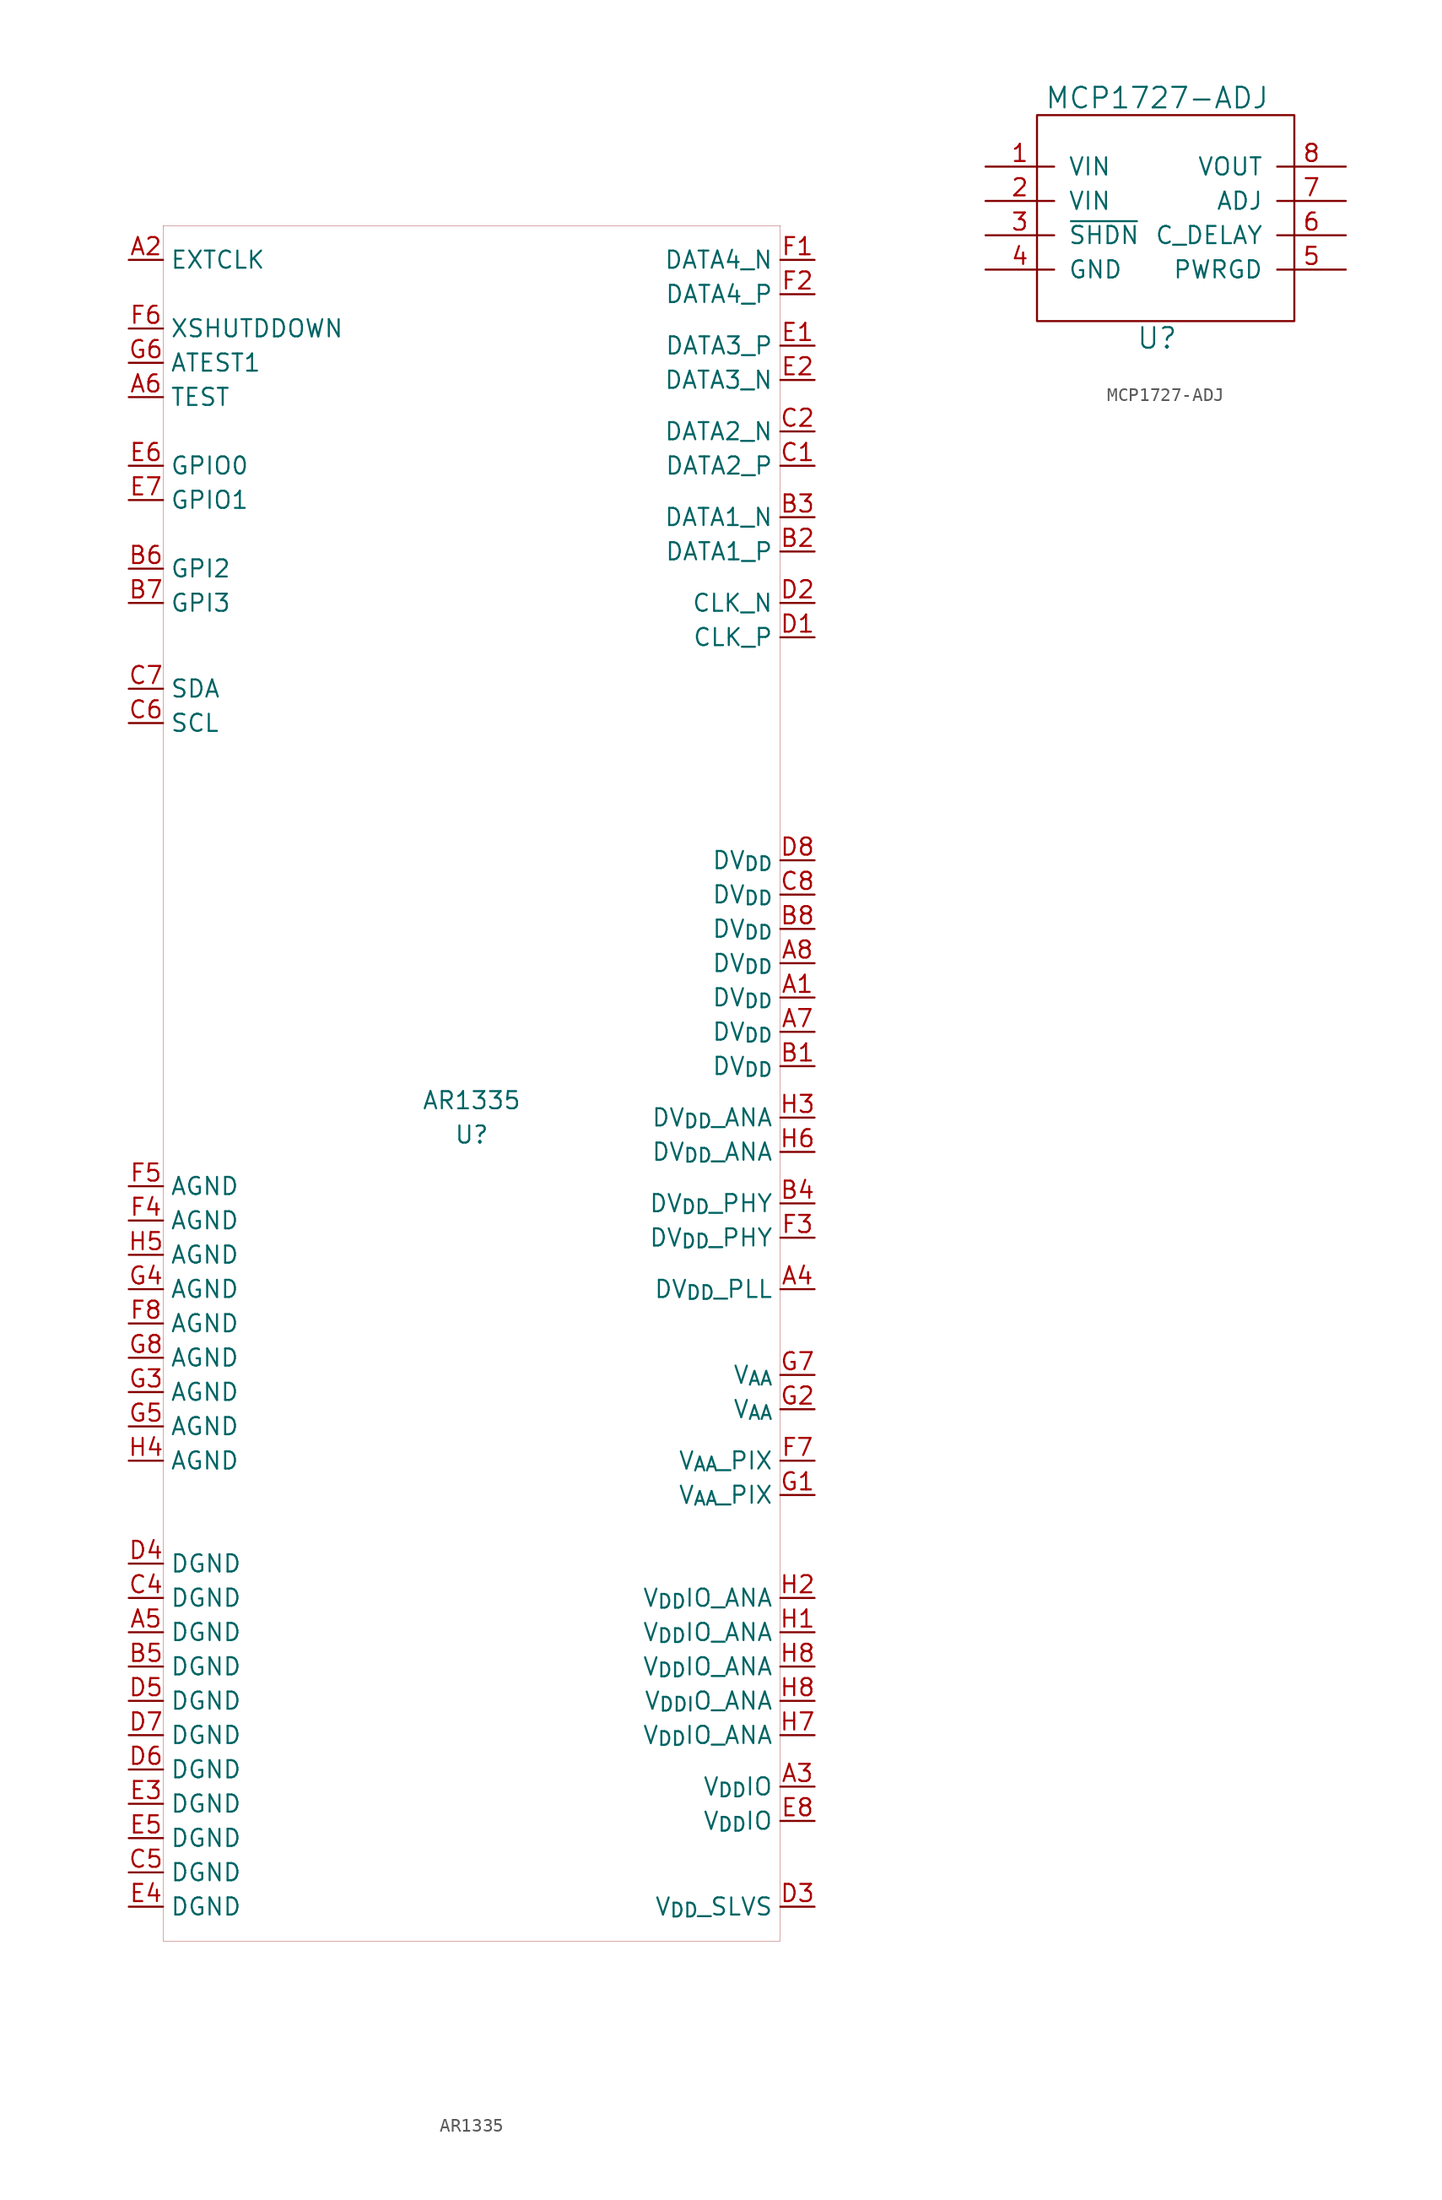
<source format=kicad_sym>
(kicad_symbol_lib
  (version 20201005)
  (generator kicad_symbol_editor)
  (symbol "parts:AR1335"
    (property "Reference" "U"
      (at 0 -1.27 0)
      (effects (font (size 1.27 1.27))))
    (property "Value" "AR1335"
      (at 0 1.27 0)
      (effects (font (size 1.27 1.27))))
    (symbol "AR1335_0_0"
      (pin output line (at 25.4 50.8 180) (length 2.54) (name "DATA2_N" (effects (font (size 1.27 1.27)))) (number "C2" (effects (font (size 1.27 1.27)))))
      (pin output line (at 25.4 38.1 180) (length 2.54) (name "CLK_N" (effects (font (size 1.27 1.27)))) (number "D2" (effects (font (size 1.27 1.27)))))
      (pin output line (at 25.4 63.5 180) (length 2.54) (name "DATA4_N" (effects (font (size 1.27 1.27)))) (number "F1" (effects (font (size 1.27 1.27)))))
      (pin power_in line (at 25.4 -21.59 180) (length 2.54) (name "V_{AA}" (effects (font (size 1.27 1.27)))) (number "G2" (effects (font (size 1.27 1.27)))))
      (pin power_in line (at 25.4 -43.18 180) (length 2.54) (name "V_{DDI}O_ANA" (effects (font (size 1.27 1.27)))) (number "H8" (effects (font (size 1.27 1.27)))))
      (pin output line (at 25.4 44.45 180) (length 2.54) (name "DATA1_N" (effects (font (size 1.27 1.27)))) (number "B3" (effects (font (size 1.27 1.27)))))
      (pin power_in line (at 25.4 -58.42 180) (length 2.54) (name "V_{DD}_SLVS" (effects (font (size 1.27 1.27)))) (number "D3" (effects (font (size 1.27 1.27)))))
      (pin power_in line (at -25.4 -33.02 0) (length 2.54) (name "DGND" (effects (font (size 1.27 1.27)))) (number "D4" (effects (font (size 1.27 1.27)))))
      (pin power_in line (at 25.4 -6.35 180) (length 2.54) (name "DV_{DD}_PHY" (effects (font (size 1.27 1.27)))) (number "B4" (effects (font (size 1.27 1.27)))))
      (pin power_in line (at -25.4 -12.7 0) (length 2.54) (name "AGND" (effects (font (size 1.27 1.27)))) (number "G4" (effects (font (size 1.27 1.27)))))
      (pin power_in line (at 25.4 6.35 180) (length 2.54) (name "DV_{DD}" (effects (font (size 1.27 1.27)))) (number "A7" (effects (font (size 1.27 1.27)))))
      (pin power_in line (at 25.4 -12.7 180) (length 2.54) (name "DV_{DD}_PLL" (effects (font (size 1.27 1.27)))) (number "A4" (effects (font (size 1.27 1.27)))))
      (pin power_in line (at -25.4 -35.56 0) (length 2.54) (name "DGND" (effects (font (size 1.27 1.27)))) (number "C4" (effects (font (size 1.27 1.27)))))
      (pin power_in line (at -25.4 -38.1 0) (length 2.54) (name "DGND" (effects (font (size 1.27 1.27)))) (number "A5" (effects (font (size 1.27 1.27)))))
      (pin power_in line (at -25.4 -40.64 0) (length 2.54) (name "DGND" (effects (font (size 1.27 1.27)))) (number "B5" (effects (font (size 1.27 1.27)))))
      (pin power_in line (at -25.4 -15.24 0) (length 2.54) (name "AGND" (effects (font (size 1.27 1.27)))) (number "F8" (effects (font (size 1.27 1.27)))))
      (pin power_in line (at -25.4 -17.78 0) (length 2.54) (name "AGND" (effects (font (size 1.27 1.27)))) (number "G8" (effects (font (size 1.27 1.27)))))
      (pin power_in line (at -25.4 -20.32 0) (length 2.54) (name "AGND" (effects (font (size 1.27 1.27)))) (number "G3" (effects (font (size 1.27 1.27)))))
      (pin power_in line (at -25.4 -43.18 0) (length 2.54) (name "DGND" (effects (font (size 1.27 1.27)))) (number "D5" (effects (font (size 1.27 1.27)))))
      (pin power_in line (at -25.4 -45.72 0) (length 2.54) (name "DGND" (effects (font (size 1.27 1.27)))) (number "D7" (effects (font (size 1.27 1.27)))))
      (pin power_in line (at -25.4 -48.26 0) (length 2.54) (name "DGND" (effects (font (size 1.27 1.27)))) (number "D6" (effects (font (size 1.27 1.27)))))
      (pin power_in line (at -25.4 -50.8 0) (length 2.54) (name "DGND" (effects (font (size 1.27 1.27)))) (number "E3" (effects (font (size 1.27 1.27)))))
      (pin power_in line (at -25.4 -53.34 0) (length 2.54) (name "DGND" (effects (font (size 1.27 1.27)))) (number "E5" (effects (font (size 1.27 1.27)))))
      (pin power_in line (at -25.4 -5.08 0) (length 2.54) (name "AGND" (effects (font (size 1.27 1.27)))) (number "F5" (effects (font (size 1.27 1.27)))))
      (pin power_in line (at -25.4 -7.62 0) (length 2.54) (name "AGND" (effects (font (size 1.27 1.27)))) (number "F4" (effects (font (size 1.27 1.27)))))
      (pin power_in line (at -25.4 -10.16 0) (length 2.54) (name "AGND" (effects (font (size 1.27 1.27)))) (number "H5" (effects (font (size 1.27 1.27)))))
      (pin input line (at -25.4 53.34 0) (length 2.54) (name "TEST" (effects (font (size 1.27 1.27)))) (number "A6" (effects (font (size 1.27 1.27)))))
      (pin input line (at -25.4 40.64 0) (length 2.54) (name "GPI2" (effects (font (size 1.27 1.27)))) (number "B6" (effects (font (size 1.27 1.27)))))
      (pin input line (at -25.4 29.21 0) (length 2.54) (name "SCL" (effects (font (size 1.27 1.27)))) (number "C6" (effects (font (size 1.27 1.27)))))
      (pin power_in line (at -25.4 -55.88 0) (length 2.54) (name "DGND" (effects (font (size 1.27 1.27)))) (number "C5" (effects (font (size 1.27 1.27)))))
      (pin bidirectional line (at -25.4 48.26 0) (length 2.54) (name "GPIO0" (effects (font (size 1.27 1.27)))) (number "E6" (effects (font (size 1.27 1.27)))))
      (pin input line (at -25.4 58.42 0) (length 2.54) (name "XSHUTDDOWN" (effects (font (size 1.27 1.27)))) (number "F6" (effects (font (size 1.27 1.27)))))
      (pin input line (at -25.4 55.88 0) (length 2.54) (name "ATEST1" (effects (font (size 1.27 1.27)))) (number "G6" (effects (font (size 1.27 1.27)))))
      (pin power_in line (at 25.4 3.81 180) (length 2.54) (name "DV_{DD}" (effects (font (size 1.27 1.27)))) (number "B1" (effects (font (size 1.27 1.27)))))
      (pin input line (at -25.4 38.1 0) (length 2.54) (name "GPI3" (effects (font (size 1.27 1.27)))) (number "B7" (effects (font (size 1.27 1.27)))))
      (pin input line (at -25.4 31.75 0) (length 2.54) (name "SDA" (effects (font (size 1.27 1.27)))) (number "C7" (effects (font (size 1.27 1.27)))))
      (pin power_in line (at -25.4 -58.42 0) (length 2.54) (name "DGND" (effects (font (size 1.27 1.27)))) (number "E4" (effects (font (size 1.27 1.27)))))
      (pin bidirectional line (at -25.4 45.72 0) (length 2.54) (name "GPIO1" (effects (font (size 1.27 1.27)))) (number "E7" (effects (font (size 1.27 1.27)))))
      (pin power_in line (at 25.4 -19.05 180) (length 2.54) (name "V_{AA}" (effects (font (size 1.27 1.27)))) (number "G7" (effects (font (size 1.27 1.27)))))
      (pin power_in line (at 25.4 -2.54 180) (length 2.54) (name "DV_{DD}_ANA" (effects (font (size 1.27 1.27)))) (number "H6" (effects (font (size 1.27 1.27)))))
      (pin power_in line (at 25.4 11.43 180) (length 2.54) (name "DV_{DD}" (effects (font (size 1.27 1.27)))) (number "A8" (effects (font (size 1.27 1.27)))))
      (pin power_in line (at 25.4 13.97 180) (length 2.54) (name "DV_{DD}" (effects (font (size 1.27 1.27)))) (number "B8" (effects (font (size 1.27 1.27)))))
      (pin power_in line (at 25.4 16.51 180) (length 2.54) (name "DV_{DD}" (effects (font (size 1.27 1.27)))) (number "C8" (effects (font (size 1.27 1.27)))))
      (pin power_in line (at 25.4 -52.07 180) (length 2.54) (name "V_{DD}IO" (effects (font (size 1.27 1.27)))) (number "E8" (effects (font (size 1.27 1.27)))))
      (pin power_in line (at -25.4 -22.86 0) (length 2.54) (name "AGND" (effects (font (size 1.27 1.27)))) (number "G5" (effects (font (size 1.27 1.27)))))
      (pin power_in line (at -25.4 -25.4 0) (length 2.54) (name "AGND" (effects (font (size 1.27 1.27)))) (number "H4" (effects (font (size 1.27 1.27)))))
      (pin power_in line (at 25.4 -40.64 180) (length 2.54) (name "V_{DD}IO_ANA" (effects (font (size 1.27 1.27)))) (number "H8" (effects (font (size 1.27 1.27)))))
      (pin power_in line (at 25.4 -49.53 180) (length 2.54) (name "V_{DD}IO" (effects (font (size 1.27 1.27)))) (number "A3" (effects (font (size 1.27 1.27)))))
      (pin power_in line (at 25.4 19.05 180) (length 2.54) (name "DV_{DD}" (effects (font (size 1.27 1.27)))) (number "D8" (effects (font (size 1.27 1.27)))))
      (pin output line (at 25.4 57.15 180) (length 2.54) (name "DATA3_P" (effects (font (size 1.27 1.27)))) (number "E1" (effects (font (size 1.27 1.27)))))
      (pin power_in line (at 25.4 -8.89 180) (length 2.54) (name "DV_{DD}_PHY" (effects (font (size 1.27 1.27)))) (number "F3" (effects (font (size 1.27 1.27)))))
      (pin power_in line (at 25.4 -27.94 180) (length 2.54) (name "V_{AA}_PIX" (effects (font (size 1.27 1.27)))) (number "G1" (effects (font (size 1.27 1.27)))))
      (pin power_in line (at 25.4 -38.1 180) (length 2.54) (name "V_{DD}IO_ANA" (effects (font (size 1.27 1.27)))) (number "H1" (effects (font (size 1.27 1.27)))))
      (pin power_in line (at 25.4 -35.56 180) (length 2.54) (name "V_{DD}IO_ANA" (effects (font (size 1.27 1.27)))) (number "H2" (effects (font (size 1.27 1.27)))))
      (pin power_in line (at 25.4 0 180) (length 2.54) (name "DV_{DD}_ANA" (effects (font (size 1.27 1.27)))) (number "H3" (effects (font (size 1.27 1.27))))))
    (symbol "AR1335_0_1"
      (rectangle (start -22.86 66.04) (end 22.86 -60.96) (stroke (width 0.001)) (fill (type none))))
    (symbol "AR1335_1_1"
      (pin power_in line (at 25.4 8.89 180) (length 2.54) (name "DV_{DD}" (effects (font (size 1.27 1.27)))) (number "A1" (effects (font (size 1.27 1.27)))))
      (pin output line (at 25.4 48.26 180) (length 2.54) (name "DATA2_P" (effects (font (size 1.27 1.27)))) (number "C1" (effects (font (size 1.27 1.27)))))
      (pin output line (at 25.4 35.56 180) (length 2.54) (name "CLK_P" (effects (font (size 1.27 1.27)))) (number "D1" (effects (font (size 1.27 1.27)))))
      (pin output line (at 25.4 54.61 180) (length 2.54) (name "DATA3_N" (effects (font (size 1.27 1.27)))) (number "E2" (effects (font (size 1.27 1.27)))))
      (pin output line (at 25.4 60.96 180) (length 2.54) (name "DATA4_P" (effects (font (size 1.27 1.27)))) (number "F2" (effects (font (size 1.27 1.27)))))
      (pin power_in line (at 25.4 -25.4 180) (length 2.54) (name "V_{AA}_PIX" (effects (font (size 1.27 1.27)))) (number "F7" (effects (font (size 1.27 1.27)))))
      (pin power_in line (at 25.4 -45.72 180) (length 2.54) (name "V_{DD}IO_ANA" (effects (font (size 1.27 1.27)))) (number "H7" (effects (font (size 1.27 1.27)))))
      (pin input line (at -25.4 63.5 0) (length 2.54) (name "EXTCLK" (effects (font (size 1.27 1.27)))) (number "A2" (effects (font (size 1.27 1.27)))))
      (pin output line (at 25.4 41.91 180) (length 2.54) (name "DATA1_P" (effects (font (size 1.27 1.27)))) (number "B2" (effects (font (size 1.27 1.27)))))))
  (symbol "parts:MCP1727-ADJ"
    (pin_names
      (offset 1.016))
    (property "Reference" "U"
      (at 0 -8.89 0)
      (effects (font (size 1.524 1.524))))
    (property "Value" "MCP1727-ADJ"
      (at 0 8.89 0)
      (effects (font (size 1.524 1.524))))
    (symbol "MCP1727-ADJ_0_1"
      (rectangle (start -8.89 7.62) (end 10.16 -7.62) (stroke (width 0)) (fill (type none))))
    (symbol "MCP1727-ADJ_1_1"
      (pin power_in line (at -12.7 3.81 0) (length 5.08) (name "VIN" (effects (font (size 1.27 1.27)))) (number "1" (effects (font (size 1.27 1.27)))))
      (pin power_in line (at -12.7 1.27 0) (length 5.08) (name "VIN" (effects (font (size 1.27 1.27)))) (number "2" (effects (font (size 1.27 1.27)))))
      (pin input line (at -12.7 -1.27 0) (length 5.08) (name "~SHDN" (effects (font (size 1.27 1.27)))) (number "3" (effects (font (size 1.27 1.27)))))
      (pin power_in line (at -12.7 -3.81 0) (length 5.08) (name "GND" (effects (font (size 1.27 1.27)))) (number "4" (effects (font (size 1.27 1.27)))))
      (pin output line (at 13.97 -3.81 180) (length 5.08) (name "PWRGD" (effects (font (size 1.27 1.27)))) (number "5" (effects (font (size 1.27 1.27)))))
      (pin input line (at 13.97 -1.27 180) (length 5.08) (name "C_DELAY" (effects (font (size 1.27 1.27)))) (number "6" (effects (font (size 1.27 1.27)))))
      (pin input line (at 13.97 1.27 180) (length 5.08) (name "ADJ" (effects (font (size 1.27 1.27)))) (number "7" (effects (font (size 1.27 1.27)))))
      (pin power_out line (at 13.97 3.81 180) (length 5.08) (name "VOUT" (effects (font (size 1.27 1.27)))) (number "8" (effects (font (size 1.27 1.27))))))))
</source>
